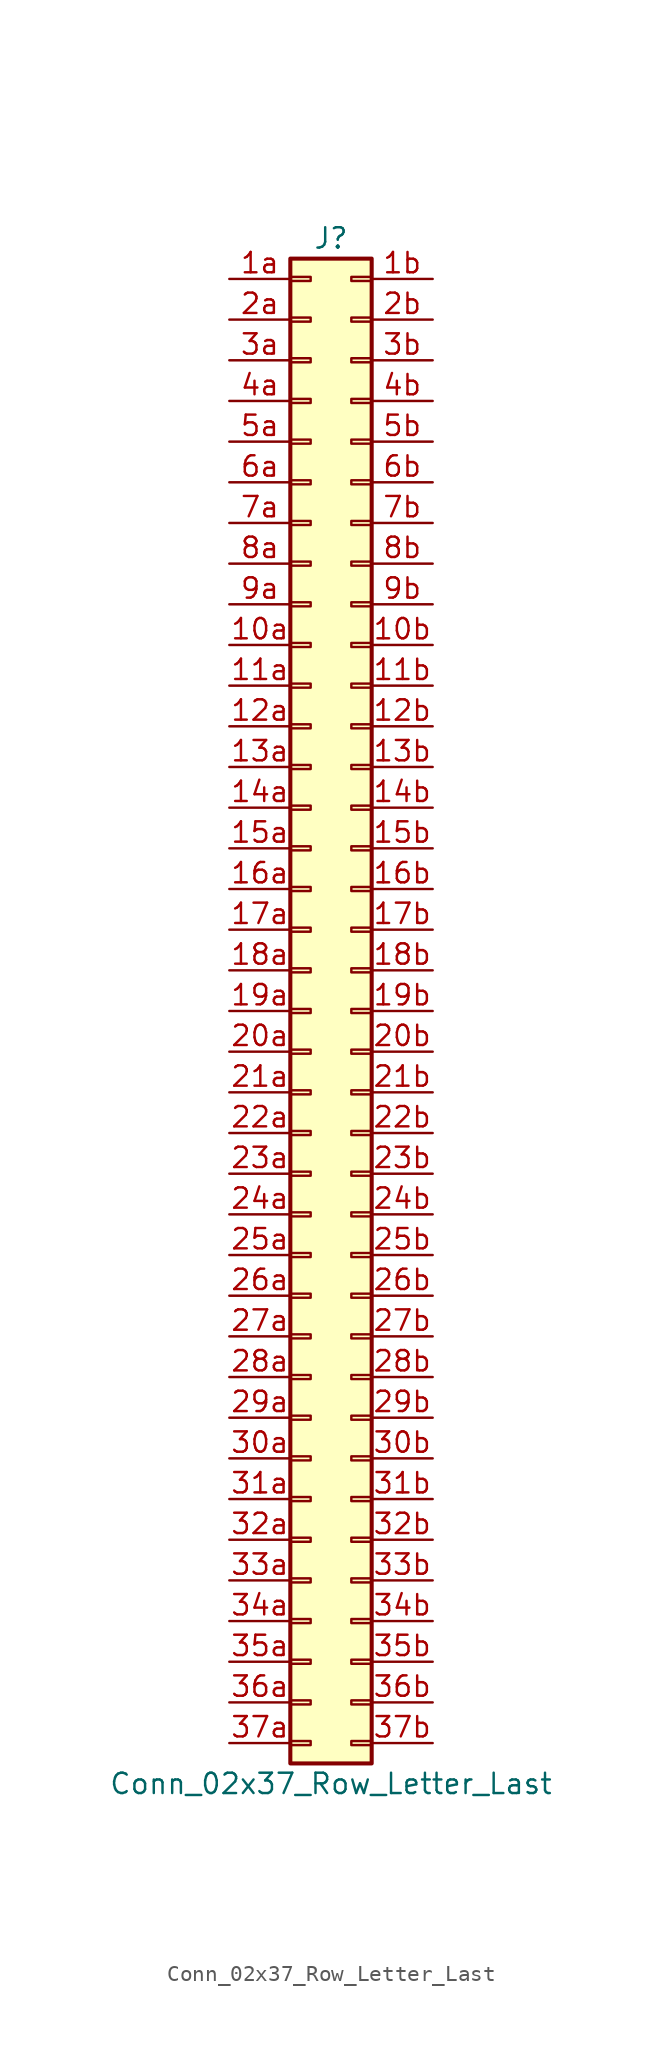
<source format=kicad_sym>
(kicad_symbol_lib
  (version 20220914)
  (generator kicad_symbol_editor)
  (symbol "Conn_02x37_Row_Letter_Last"
    (pin_names
      (offset 1.016) hide)
    (property "Reference" "J"
      (at 1.27 48.26 0)
      (effects (font (size 1.27 1.27))))
    (property "Value" "Conn_02x37_Row_Letter_Last"
      (at 1.27 -48.26 0)
      (effects (font (size 1.27 1.27))))
    (symbol "Conn_02x37_Row_Letter_Last_1_1"
      (rectangle (start -1.27 -45.593) (end 0 -45.847) (stroke (width 0.152) (type default)) (fill (type none)))
      (rectangle (start -1.27 -43.053) (end 0 -43.307) (stroke (width 0.152) (type default)) (fill (type none)))
      (rectangle (start -1.27 -40.513) (end 0 -40.767) (stroke (width 0.152) (type default)) (fill (type none)))
      (rectangle (start -1.27 -37.973) (end 0 -38.227) (stroke (width 0.152) (type default)) (fill (type none)))
      (rectangle (start -1.27 -35.433) (end 0 -35.687) (stroke (width 0.152) (type default)) (fill (type none)))
      (rectangle (start -1.27 -32.893) (end 0 -33.147) (stroke (width 0.152) (type default)) (fill (type none)))
      (rectangle (start -1.27 -30.353) (end 0 -30.607) (stroke (width 0.152) (type default)) (fill (type none)))
      (rectangle (start -1.27 -27.813) (end 0 -28.067) (stroke (width 0.152) (type default)) (fill (type none)))
      (rectangle (start -1.27 -25.273) (end 0 -25.527) (stroke (width 0.152) (type default)) (fill (type none)))
      (rectangle (start -1.27 -22.733) (end 0 -22.987) (stroke (width 0.152) (type default)) (fill (type none)))
      (rectangle (start -1.27 -20.193) (end 0 -20.447) (stroke (width 0.152) (type default)) (fill (type none)))
      (rectangle (start -1.27 -17.653) (end 0 -17.907) (stroke (width 0.152) (type default)) (fill (type none)))
      (rectangle (start -1.27 -15.113) (end 0 -15.367) (stroke (width 0.152) (type default)) (fill (type none)))
      (rectangle (start -1.27 -12.573) (end 0 -12.827) (stroke (width 0.152) (type default)) (fill (type none)))
      (rectangle (start -1.27 -10.033) (end 0 -10.287) (stroke (width 0.152) (type default)) (fill (type none)))
      (rectangle (start -1.27 -7.493) (end 0 -7.747) (stroke (width 0.152) (type default)) (fill (type none)))
      (rectangle (start -1.27 -4.953) (end 0 -5.207) (stroke (width 0.152) (type default)) (fill (type none)))
      (rectangle (start -1.27 -2.413) (end 0 -2.667) (stroke (width 0.152) (type default)) (fill (type none)))
      (rectangle (start -1.27 0.127) (end 0 -0.127) (stroke (width 0.152) (type default)) (fill (type none)))
      (rectangle (start -1.27 2.667) (end 0 2.413) (stroke (width 0.152) (type default)) (fill (type none)))
      (rectangle (start -1.27 5.207) (end 0 4.953) (stroke (width 0.152) (type default)) (fill (type none)))
      (rectangle (start -1.27 7.747) (end 0 7.493) (stroke (width 0.152) (type default)) (fill (type none)))
      (rectangle (start -1.27 10.287) (end 0 10.033) (stroke (width 0.152) (type default)) (fill (type none)))
      (rectangle (start -1.27 12.827) (end 0 12.573) (stroke (width 0.152) (type default)) (fill (type none)))
      (rectangle (start -1.27 15.367) (end 0 15.113) (stroke (width 0.152) (type default)) (fill (type none)))
      (rectangle (start -1.27 17.907) (end 0 17.653) (stroke (width 0.152) (type default)) (fill (type none)))
      (rectangle (start -1.27 20.447) (end 0 20.193) (stroke (width 0.152) (type default)) (fill (type none)))
      (rectangle (start -1.27 22.987) (end 0 22.733) (stroke (width 0.152) (type default)) (fill (type none)))
      (rectangle (start -1.27 25.527) (end 0 25.273) (stroke (width 0.152) (type default)) (fill (type none)))
      (rectangle (start -1.27 28.067) (end 0 27.813) (stroke (width 0.152) (type default)) (fill (type none)))
      (rectangle (start -1.27 30.607) (end 0 30.353) (stroke (width 0.152) (type default)) (fill (type none)))
      (rectangle (start -1.27 33.147) (end 0 32.893) (stroke (width 0.152) (type default)) (fill (type none)))
      (rectangle (start -1.27 35.687) (end 0 35.433) (stroke (width 0.152) (type default)) (fill (type none)))
      (rectangle (start -1.27 38.227) (end 0 37.973) (stroke (width 0.152) (type default)) (fill (type none)))
      (rectangle (start -1.27 40.767) (end 0 40.513) (stroke (width 0.152) (type default)) (fill (type none)))
      (rectangle (start -1.27 43.307) (end 0 43.053) (stroke (width 0.152) (type default)) (fill (type none)))
      (rectangle (start -1.27 45.847) (end 0 45.593) (stroke (width 0.152) (type default)) (fill (type none)))
      (rectangle (start -1.27 46.99) (end 3.81 -46.99) (stroke (width 0.254) (type default)) (fill (type background)))
      (rectangle (start 3.81 -45.593) (end 2.54 -45.847) (stroke (width 0.152) (type default)) (fill (type none)))
      (rectangle (start 3.81 -43.053) (end 2.54 -43.307) (stroke (width 0.152) (type default)) (fill (type none)))
      (rectangle (start 3.81 -40.513) (end 2.54 -40.767) (stroke (width 0.152) (type default)) (fill (type none)))
      (rectangle (start 3.81 -37.973) (end 2.54 -38.227) (stroke (width 0.152) (type default)) (fill (type none)))
      (rectangle (start 3.81 -35.433) (end 2.54 -35.687) (stroke (width 0.152) (type default)) (fill (type none)))
      (rectangle (start 3.81 -32.893) (end 2.54 -33.147) (stroke (width 0.152) (type default)) (fill (type none)))
      (rectangle (start 3.81 -30.353) (end 2.54 -30.607) (stroke (width 0.152) (type default)) (fill (type none)))
      (rectangle (start 3.81 -27.813) (end 2.54 -28.067) (stroke (width 0.152) (type default)) (fill (type none)))
      (rectangle (start 3.81 -25.273) (end 2.54 -25.527) (stroke (width 0.152) (type default)) (fill (type none)))
      (rectangle (start 3.81 -22.733) (end 2.54 -22.987) (stroke (width 0.152) (type default)) (fill (type none)))
      (rectangle (start 3.81 -20.193) (end 2.54 -20.447) (stroke (width 0.152) (type default)) (fill (type none)))
      (rectangle (start 3.81 -17.653) (end 2.54 -17.907) (stroke (width 0.152) (type default)) (fill (type none)))
      (rectangle (start 3.81 -15.113) (end 2.54 -15.367) (stroke (width 0.152) (type default)) (fill (type none)))
      (rectangle (start 3.81 -12.573) (end 2.54 -12.827) (stroke (width 0.152) (type default)) (fill (type none)))
      (rectangle (start 3.81 -10.033) (end 2.54 -10.287) (stroke (width 0.152) (type default)) (fill (type none)))
      (rectangle (start 3.81 -7.493) (end 2.54 -7.747) (stroke (width 0.152) (type default)) (fill (type none)))
      (rectangle (start 3.81 -4.953) (end 2.54 -5.207) (stroke (width 0.152) (type default)) (fill (type none)))
      (rectangle (start 3.81 -2.413) (end 2.54 -2.667) (stroke (width 0.152) (type default)) (fill (type none)))
      (rectangle (start 3.81 0.127) (end 2.54 -0.127) (stroke (width 0.152) (type default)) (fill (type none)))
      (rectangle (start 3.81 2.667) (end 2.54 2.413) (stroke (width 0.152) (type default)) (fill (type none)))
      (rectangle (start 3.81 5.207) (end 2.54 4.953) (stroke (width 0.152) (type default)) (fill (type none)))
      (rectangle (start 3.81 7.747) (end 2.54 7.493) (stroke (width 0.152) (type default)) (fill (type none)))
      (rectangle (start 3.81 10.287) (end 2.54 10.033) (stroke (width 0.152) (type default)) (fill (type none)))
      (rectangle (start 3.81 12.827) (end 2.54 12.573) (stroke (width 0.152) (type default)) (fill (type none)))
      (rectangle (start 3.81 15.367) (end 2.54 15.113) (stroke (width 0.152) (type default)) (fill (type none)))
      (rectangle (start 3.81 17.907) (end 2.54 17.653) (stroke (width 0.152) (type default)) (fill (type none)))
      (rectangle (start 3.81 20.447) (end 2.54 20.193) (stroke (width 0.152) (type default)) (fill (type none)))
      (rectangle (start 3.81 22.987) (end 2.54 22.733) (stroke (width 0.152) (type default)) (fill (type none)))
      (rectangle (start 3.81 25.527) (end 2.54 25.273) (stroke (width 0.152) (type default)) (fill (type none)))
      (rectangle (start 3.81 28.067) (end 2.54 27.813) (stroke (width 0.152) (type default)) (fill (type none)))
      (rectangle (start 3.81 30.607) (end 2.54 30.353) (stroke (width 0.152) (type default)) (fill (type none)))
      (rectangle (start 3.81 33.147) (end 2.54 32.893) (stroke (width 0.152) (type default)) (fill (type none)))
      (rectangle (start 3.81 35.687) (end 2.54 35.433) (stroke (width 0.152) (type default)) (fill (type none)))
      (rectangle (start 3.81 38.227) (end 2.54 37.973) (stroke (width 0.152) (type default)) (fill (type none)))
      (rectangle (start 3.81 40.767) (end 2.54 40.513) (stroke (width 0.152) (type default)) (fill (type none)))
      (rectangle (start 3.81 43.307) (end 2.54 43.053) (stroke (width 0.152) (type default)) (fill (type none)))
      (rectangle (start 3.81 45.847) (end 2.54 45.593) (stroke (width 0.152) (type default)) (fill (type none)))
      (pin passive line (at -5.08 22.86 0) (length 3.81) (name "Pin_10a" (effects (font (size 1.27 1.27)))) (number "10a" (effects (font (size 1.27 1.27)))))
      (pin passive line (at 7.62 22.86 180) (length 3.81) (name "Pin_10b" (effects (font (size 1.27 1.27)))) (number "10b" (effects (font (size 1.27 1.27)))))
      (pin passive line (at -5.08 20.32 0) (length 3.81) (name "Pin_11a" (effects (font (size 1.27 1.27)))) (number "11a" (effects (font (size 1.27 1.27)))))
      (pin passive line (at 7.62 20.32 180) (length 3.81) (name "Pin_11b" (effects (font (size 1.27 1.27)))) (number "11b" (effects (font (size 1.27 1.27)))))
      (pin passive line (at -5.08 17.78 0) (length 3.81) (name "Pin_12a" (effects (font (size 1.27 1.27)))) (number "12a" (effects (font (size 1.27 1.27)))))
      (pin passive line (at 7.62 17.78 180) (length 3.81) (name "Pin_12b" (effects (font (size 1.27 1.27)))) (number "12b" (effects (font (size 1.27 1.27)))))
      (pin passive line (at -5.08 15.24 0) (length 3.81) (name "Pin_13a" (effects (font (size 1.27 1.27)))) (number "13a" (effects (font (size 1.27 1.27)))))
      (pin passive line (at 7.62 15.24 180) (length 3.81) (name "Pin_13b" (effects (font (size 1.27 1.27)))) (number "13b" (effects (font (size 1.27 1.27)))))
      (pin passive line (at -5.08 12.7 0) (length 3.81) (name "Pin_14a" (effects (font (size 1.27 1.27)))) (number "14a" (effects (font (size 1.27 1.27)))))
      (pin passive line (at 7.62 12.7 180) (length 3.81) (name "Pin_14b" (effects (font (size 1.27 1.27)))) (number "14b" (effects (font (size 1.27 1.27)))))
      (pin passive line (at -5.08 10.16 0) (length 3.81) (name "Pin_15a" (effects (font (size 1.27 1.27)))) (number "15a" (effects (font (size 1.27 1.27)))))
      (pin passive line (at 7.62 10.16 180) (length 3.81) (name "Pin_15b" (effects (font (size 1.27 1.27)))) (number "15b" (effects (font (size 1.27 1.27)))))
      (pin passive line (at -5.08 7.62 0) (length 3.81) (name "Pin_16a" (effects (font (size 1.27 1.27)))) (number "16a" (effects (font (size 1.27 1.27)))))
      (pin passive line (at 7.62 7.62 180) (length 3.81) (name "Pin_16b" (effects (font (size 1.27 1.27)))) (number "16b" (effects (font (size 1.27 1.27)))))
      (pin passive line (at -5.08 5.08 0) (length 3.81) (name "Pin_17a" (effects (font (size 1.27 1.27)))) (number "17a" (effects (font (size 1.27 1.27)))))
      (pin passive line (at 7.62 5.08 180) (length 3.81) (name "Pin_17b" (effects (font (size 1.27 1.27)))) (number "17b" (effects (font (size 1.27 1.27)))))
      (pin passive line (at -5.08 2.54 0) (length 3.81) (name "Pin_18a" (effects (font (size 1.27 1.27)))) (number "18a" (effects (font (size 1.27 1.27)))))
      (pin passive line (at 7.62 2.54 180) (length 3.81) (name "Pin_18b" (effects (font (size 1.27 1.27)))) (number "18b" (effects (font (size 1.27 1.27)))))
      (pin passive line (at -5.08 0 0) (length 3.81) (name "Pin_19a" (effects (font (size 1.27 1.27)))) (number "19a" (effects (font (size 1.27 1.27)))))
      (pin passive line (at 7.62 0 180) (length 3.81) (name "Pin_19b" (effects (font (size 1.27 1.27)))) (number "19b" (effects (font (size 1.27 1.27)))))
      (pin passive line (at -5.08 45.72 0) (length 3.81) (name "Pin_1a" (effects (font (size 1.27 1.27)))) (number "1a" (effects (font (size 1.27 1.27)))))
      (pin passive line (at 7.62 45.72 180) (length 3.81) (name "Pin_1b" (effects (font (size 1.27 1.27)))) (number "1b" (effects (font (size 1.27 1.27)))))
      (pin passive line (at -5.08 -2.54 0) (length 3.81) (name "Pin_20a" (effects (font (size 1.27 1.27)))) (number "20a" (effects (font (size 1.27 1.27)))))
      (pin passive line (at 7.62 -2.54 180) (length 3.81) (name "Pin_20b" (effects (font (size 1.27 1.27)))) (number "20b" (effects (font (size 1.27 1.27)))))
      (pin passive line (at -5.08 -5.08 0) (length 3.81) (name "Pin_21a" (effects (font (size 1.27 1.27)))) (number "21a" (effects (font (size 1.27 1.27)))))
      (pin passive line (at 7.62 -5.08 180) (length 3.81) (name "Pin_21b" (effects (font (size 1.27 1.27)))) (number "21b" (effects (font (size 1.27 1.27)))))
      (pin passive line (at -5.08 -7.62 0) (length 3.81) (name "Pin_22a" (effects (font (size 1.27 1.27)))) (number "22a" (effects (font (size 1.27 1.27)))))
      (pin passive line (at 7.62 -7.62 180) (length 3.81) (name "Pin_22b" (effects (font (size 1.27 1.27)))) (number "22b" (effects (font (size 1.27 1.27)))))
      (pin passive line (at -5.08 -10.16 0) (length 3.81) (name "Pin_23a" (effects (font (size 1.27 1.27)))) (number "23a" (effects (font (size 1.27 1.27)))))
      (pin passive line (at 7.62 -10.16 180) (length 3.81) (name "Pin_23b" (effects (font (size 1.27 1.27)))) (number "23b" (effects (font (size 1.27 1.27)))))
      (pin passive line (at -5.08 -12.7 0) (length 3.81) (name "Pin_24a" (effects (font (size 1.27 1.27)))) (number "24a" (effects (font (size 1.27 1.27)))))
      (pin passive line (at 7.62 -12.7 180) (length 3.81) (name "Pin_24b" (effects (font (size 1.27 1.27)))) (number "24b" (effects (font (size 1.27 1.27)))))
      (pin passive line (at -5.08 -15.24 0) (length 3.81) (name "Pin_25a" (effects (font (size 1.27 1.27)))) (number "25a" (effects (font (size 1.27 1.27)))))
      (pin passive line (at 7.62 -15.24 180) (length 3.81) (name "Pin_25b" (effects (font (size 1.27 1.27)))) (number "25b" (effects (font (size 1.27 1.27)))))
      (pin passive line (at -5.08 -17.78 0) (length 3.81) (name "Pin_26a" (effects (font (size 1.27 1.27)))) (number "26a" (effects (font (size 1.27 1.27)))))
      (pin passive line (at 7.62 -17.78 180) (length 3.81) (name "Pin_26b" (effects (font (size 1.27 1.27)))) (number "26b" (effects (font (size 1.27 1.27)))))
      (pin passive line (at -5.08 -20.32 0) (length 3.81) (name "Pin_27a" (effects (font (size 1.27 1.27)))) (number "27a" (effects (font (size 1.27 1.27)))))
      (pin passive line (at 7.62 -20.32 180) (length 3.81) (name "Pin_27b" (effects (font (size 1.27 1.27)))) (number "27b" (effects (font (size 1.27 1.27)))))
      (pin passive line (at -5.08 -22.86 0) (length 3.81) (name "Pin_28a" (effects (font (size 1.27 1.27)))) (number "28a" (effects (font (size 1.27 1.27)))))
      (pin passive line (at 7.62 -22.86 180) (length 3.81) (name "Pin_28b" (effects (font (size 1.27 1.27)))) (number "28b" (effects (font (size 1.27 1.27)))))
      (pin passive line (at -5.08 -25.4 0) (length 3.81) (name "Pin_29a" (effects (font (size 1.27 1.27)))) (number "29a" (effects (font (size 1.27 1.27)))))
      (pin passive line (at 7.62 -25.4 180) (length 3.81) (name "Pin_29b" (effects (font (size 1.27 1.27)))) (number "29b" (effects (font (size 1.27 1.27)))))
      (pin passive line (at -5.08 43.18 0) (length 3.81) (name "Pin_2a" (effects (font (size 1.27 1.27)))) (number "2a" (effects (font (size 1.27 1.27)))))
      (pin passive line (at 7.62 43.18 180) (length 3.81) (name "Pin_2b" (effects (font (size 1.27 1.27)))) (number "2b" (effects (font (size 1.27 1.27)))))
      (pin passive line (at -5.08 -27.94 0) (length 3.81) (name "Pin_30a" (effects (font (size 1.27 1.27)))) (number "30a" (effects (font (size 1.27 1.27)))))
      (pin passive line (at 7.62 -27.94 180) (length 3.81) (name "Pin_30b" (effects (font (size 1.27 1.27)))) (number "30b" (effects (font (size 1.27 1.27)))))
      (pin passive line (at -5.08 -30.48 0) (length 3.81) (name "Pin_31a" (effects (font (size 1.27 1.27)))) (number "31a" (effects (font (size 1.27 1.27)))))
      (pin passive line (at 7.62 -30.48 180) (length 3.81) (name "Pin_31b" (effects (font (size 1.27 1.27)))) (number "31b" (effects (font (size 1.27 1.27)))))
      (pin passive line (at -5.08 -33.02 0) (length 3.81) (name "Pin_32a" (effects (font (size 1.27 1.27)))) (number "32a" (effects (font (size 1.27 1.27)))))
      (pin passive line (at 7.62 -33.02 180) (length 3.81) (name "Pin_32b" (effects (font (size 1.27 1.27)))) (number "32b" (effects (font (size 1.27 1.27)))))
      (pin passive line (at -5.08 -35.56 0) (length 3.81) (name "Pin_33a" (effects (font (size 1.27 1.27)))) (number "33a" (effects (font (size 1.27 1.27)))))
      (pin passive line (at 7.62 -35.56 180) (length 3.81) (name "Pin_33b" (effects (font (size 1.27 1.27)))) (number "33b" (effects (font (size 1.27 1.27)))))
      (pin passive line (at -5.08 -38.1 0) (length 3.81) (name "Pin_34a" (effects (font (size 1.27 1.27)))) (number "34a" (effects (font (size 1.27 1.27)))))
      (pin passive line (at 7.62 -38.1 180) (length 3.81) (name "Pin_34b" (effects (font (size 1.27 1.27)))) (number "34b" (effects (font (size 1.27 1.27)))))
      (pin passive line (at -5.08 -40.64 0) (length 3.81) (name "Pin_35a" (effects (font (size 1.27 1.27)))) (number "35a" (effects (font (size 1.27 1.27)))))
      (pin passive line (at 7.62 -40.64 180) (length 3.81) (name "Pin_35b" (effects (font (size 1.27 1.27)))) (number "35b" (effects (font (size 1.27 1.27)))))
      (pin passive line (at -5.08 -43.18 0) (length 3.81) (name "Pin_36a" (effects (font (size 1.27 1.27)))) (number "36a" (effects (font (size 1.27 1.27)))))
      (pin passive line (at 7.62 -43.18 180) (length 3.81) (name "Pin_36b" (effects (font (size 1.27 1.27)))) (number "36b" (effects (font (size 1.27 1.27)))))
      (pin passive line (at -5.08 -45.72 0) (length 3.81) (name "Pin_37a" (effects (font (size 1.27 1.27)))) (number "37a" (effects (font (size 1.27 1.27)))))
      (pin passive line (at 7.62 -45.72 180) (length 3.81) (name "Pin_37b" (effects (font (size 1.27 1.27)))) (number "37b" (effects (font (size 1.27 1.27)))))
      (pin passive line (at -5.08 40.64 0) (length 3.81) (name "Pin_3a" (effects (font (size 1.27 1.27)))) (number "3a" (effects (font (size 1.27 1.27)))))
      (pin passive line (at 7.62 40.64 180) (length 3.81) (name "Pin_3b" (effects (font (size 1.27 1.27)))) (number "3b" (effects (font (size 1.27 1.27)))))
      (pin passive line (at -5.08 38.1 0) (length 3.81) (name "Pin_4a" (effects (font (size 1.27 1.27)))) (number "4a" (effects (font (size 1.27 1.27)))))
      (pin passive line (at 7.62 38.1 180) (length 3.81) (name "Pin_4b" (effects (font (size 1.27 1.27)))) (number "4b" (effects (font (size 1.27 1.27)))))
      (pin passive line (at -5.08 35.56 0) (length 3.81) (name "Pin_5a" (effects (font (size 1.27 1.27)))) (number "5a" (effects (font (size 1.27 1.27)))))
      (pin passive line (at 7.62 35.56 180) (length 3.81) (name "Pin_5b" (effects (font (size 1.27 1.27)))) (number "5b" (effects (font (size 1.27 1.27)))))
      (pin passive line (at -5.08 33.02 0) (length 3.81) (name "Pin_6a" (effects (font (size 1.27 1.27)))) (number "6a" (effects (font (size 1.27 1.27)))))
      (pin passive line (at 7.62 33.02 180) (length 3.81) (name "Pin_6b" (effects (font (size 1.27 1.27)))) (number "6b" (effects (font (size 1.27 1.27)))))
      (pin passive line (at -5.08 30.48 0) (length 3.81) (name "Pin_7a" (effects (font (size 1.27 1.27)))) (number "7a" (effects (font (size 1.27 1.27)))))
      (pin passive line (at 7.62 30.48 180) (length 3.81) (name "Pin_7b" (effects (font (size 1.27 1.27)))) (number "7b" (effects (font (size 1.27 1.27)))))
      (pin passive line (at -5.08 27.94 0) (length 3.81) (name "Pin_8a" (effects (font (size 1.27 1.27)))) (number "8a" (effects (font (size 1.27 1.27)))))
      (pin passive line (at 7.62 27.94 180) (length 3.81) (name "Pin_8b" (effects (font (size 1.27 1.27)))) (number "8b" (effects (font (size 1.27 1.27)))))
      (pin passive line (at -5.08 25.4 0) (length 3.81) (name "Pin_9a" (effects (font (size 1.27 1.27)))) (number "9a" (effects (font (size 1.27 1.27)))))
      (pin passive line (at 7.62 25.4 180) (length 3.81) (name "Pin_9b" (effects (font (size 1.27 1.27)))) (number "9b" (effects (font (size 1.27 1.27))))))))
</source>
